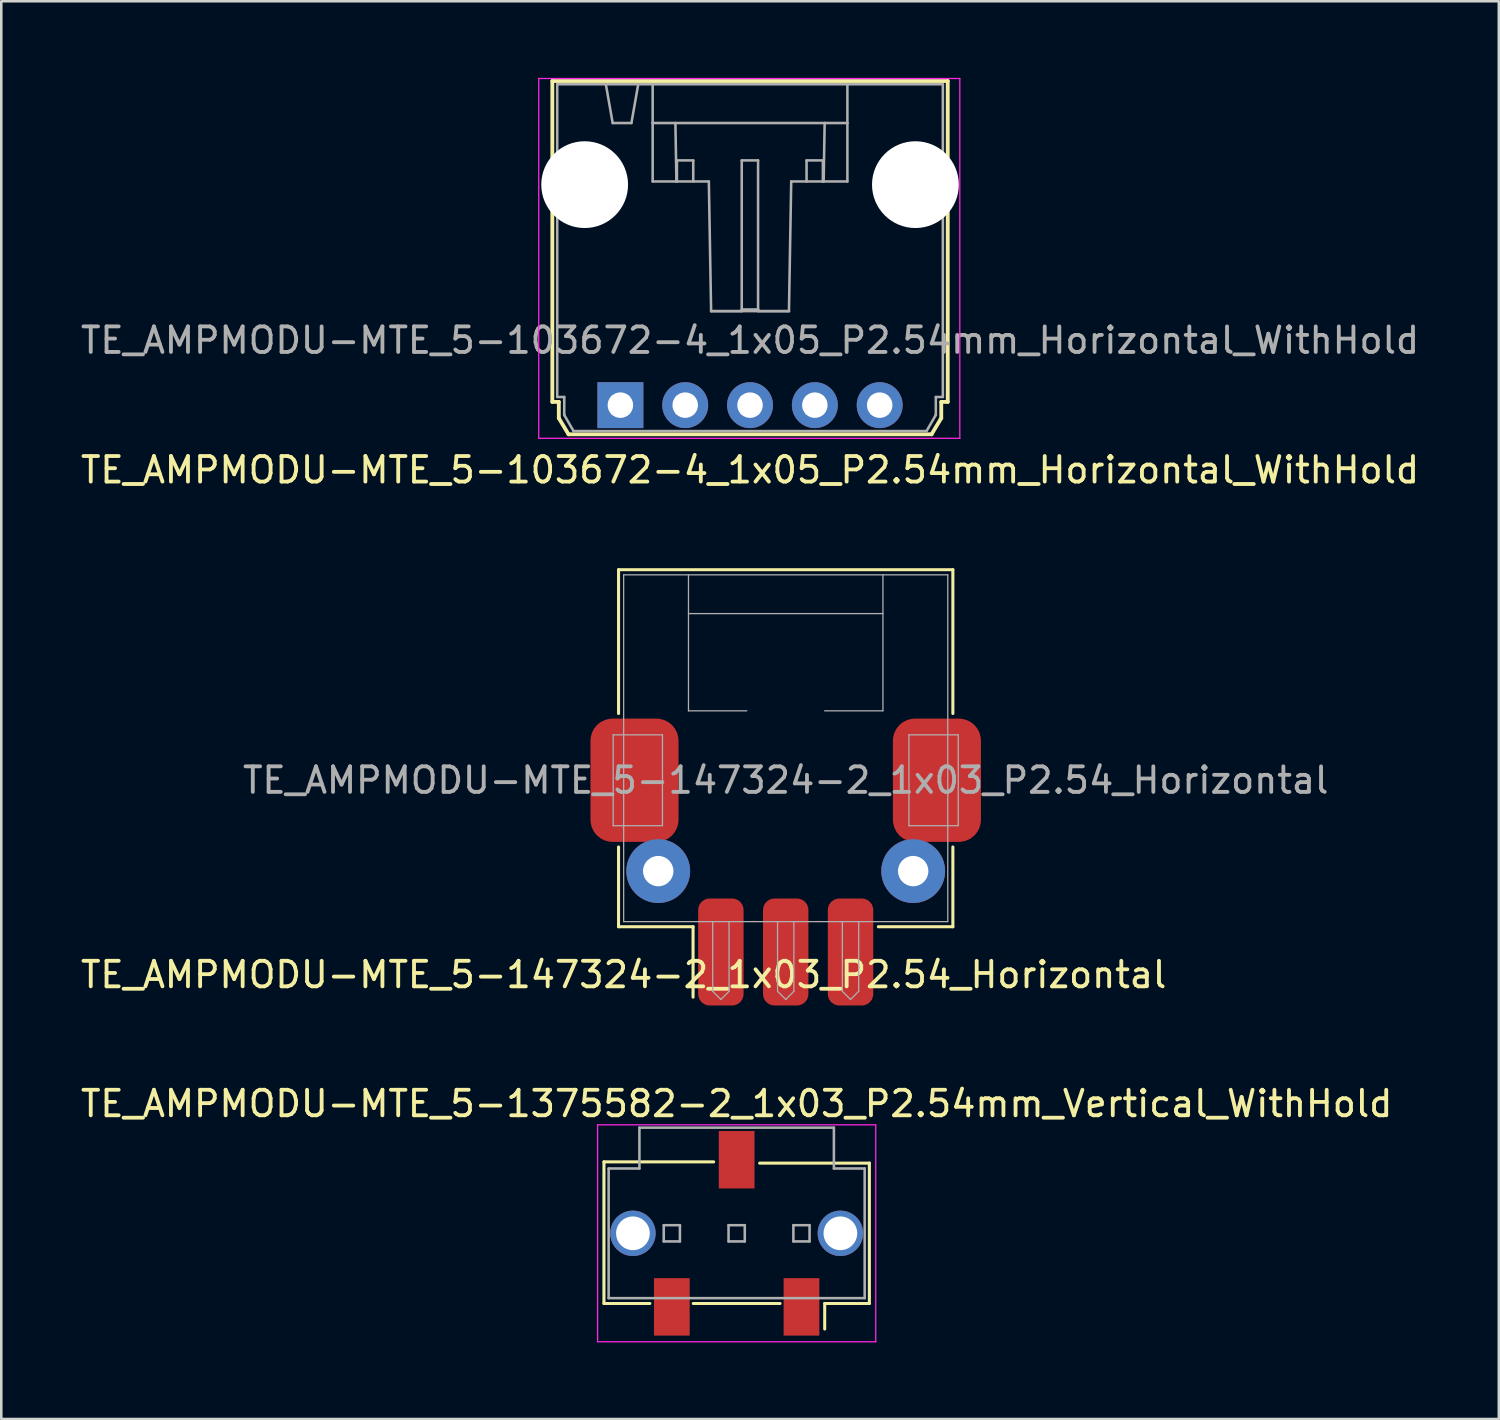
<source format=kicad_pcb>
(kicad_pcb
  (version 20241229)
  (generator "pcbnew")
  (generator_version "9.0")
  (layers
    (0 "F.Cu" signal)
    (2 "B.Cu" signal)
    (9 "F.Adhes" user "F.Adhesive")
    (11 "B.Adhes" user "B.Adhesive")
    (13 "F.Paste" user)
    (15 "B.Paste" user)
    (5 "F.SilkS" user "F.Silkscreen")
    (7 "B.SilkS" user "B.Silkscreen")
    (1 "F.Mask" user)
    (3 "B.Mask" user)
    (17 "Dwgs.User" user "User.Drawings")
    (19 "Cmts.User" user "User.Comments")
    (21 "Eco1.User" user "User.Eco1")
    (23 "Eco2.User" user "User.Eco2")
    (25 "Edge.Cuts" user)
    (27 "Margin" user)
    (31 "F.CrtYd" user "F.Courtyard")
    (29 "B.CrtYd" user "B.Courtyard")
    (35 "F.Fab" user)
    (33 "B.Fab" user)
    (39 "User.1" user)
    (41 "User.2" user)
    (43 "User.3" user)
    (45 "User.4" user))
  (footprint "TE_AMPMODU-MTE_5-1375582-2_1x03_P2.54mm_Vertical_WithHold"
    (layer "F.Cu")
    (at 25.815 45.276)
    (property "Reference" "TE_AMPMODU-MTE_5-1375582-2_1x03_P2.54mm_Vertical_WithHold" (at 0 -5.08 0) (layer "F.SilkS") (effects (font (size 1 1) (thickness 0.15))))
    (attr smd)
    (fp_line (start -5.2 -2.8) (end -5.2 2.75) (stroke (width 0.12) (type solid)) (layer "F.SilkS"))
    (fp_line (start -5.2 2.75) (end -3.4 2.75) (stroke (width 0.12) (type solid)) (layer "F.SilkS"))
    (fp_line (start -1.7 2.75) (end 1.7 2.75) (stroke (width 0.12) (type solid)) (layer "F.SilkS"))
    (fp_line (start -0.9 -2.8) (end -5.2 -2.8) (stroke (width 0.12) (type solid)) (layer "F.SilkS"))
    (fp_line (start 3.45 2.75) (end 3.45 3.75) (stroke (width 0.12) (type solid)) (layer "F.SilkS"))
    (fp_line (start 3.45 2.75) (end 5.2 2.75) (stroke (width 0.12) (type solid)) (layer "F.SilkS"))
    (fp_line (start 5.2 -2.75) (end 0.9 -2.75) (stroke (width 0.12) (type solid)) (layer "F.SilkS"))
    (fp_line (start 5.2 2.75) (end 5.2 -2.75) (stroke (width 0.12) (type solid)) (layer "F.SilkS"))
    (fp_line (start -5.45 -4.25) (end -5.45 4.25) (stroke (width 0.05) (type solid)) (layer "F.CrtYd"))
    (fp_line (start 5.45 -4.25) (end -5.45 -4.25) (stroke (width 0.05) (type solid)) (layer "F.CrtYd"))
    (fp_line (start 5.45 4.25) (end -5.45 4.25) (stroke (width 0.05) (type solid)) (layer "F.CrtYd"))
    (fp_line (start 5.45 4.25) (end 5.45 -4.25) (stroke (width 0.05) (type solid)) (layer "F.CrtYd"))
    (fp_line (start -5.016 -2.54) (end -3.81 -2.54) (stroke (width 0.1) (type solid)) (layer "F.Fab"))
    (fp_line (start -5.016 2.54) (end -5.016 -2.54) (stroke (width 0.1) (type solid)) (layer "F.Fab"))
    (fp_line (start -5.016 2.54) (end 5.016 2.54) (stroke (width 0.1) (type solid)) (layer "F.Fab"))
    (fp_line (start -3.81 -4.14) (end 3.81 -4.14) (stroke (width 0.1) (type solid)) (layer "F.Fab"))
    (fp_line (start -3.81 -2.54) (end -3.81 -4.14) (stroke (width 0.1) (type solid)) (layer "F.Fab"))
    (fp_line (start -2.857 -0.318) (end -2.223 -0.318) (stroke (width 0.1) (type solid)) (layer "F.Fab"))
    (fp_line (start -2.857 0.318) (end -2.857 -0.318) (stroke (width 0.1) (type solid)) (layer "F.Fab"))
    (fp_line (start -2.223 -0.318) (end -2.223 0.318) (stroke (width 0.1) (type solid)) (layer "F.Fab"))
    (fp_line (start -2.223 0.318) (end -2.857 0.318) (stroke (width 0.1) (type solid)) (layer "F.Fab"))
    (fp_line (start -0.318 -0.318) (end 0.318 -0.318) (stroke (width 0.1) (type solid)) (layer "F.Fab"))
    (fp_line (start -0.318 0.318) (end -0.318 -0.318) (stroke (width 0.1) (type solid)) (layer "F.Fab"))
    (fp_line (start 0.318 -0.318) (end 0.318 0.318) (stroke (width 0.1) (type solid)) (layer "F.Fab"))
    (fp_line (start 0.318 0.318) (end -0.318 0.318) (stroke (width 0.1) (type solid)) (layer "F.Fab"))
    (fp_line (start 2.223 -0.318) (end 2.857 -0.318) (stroke (width 0.1) (type solid)) (layer "F.Fab"))
    (fp_line (start 2.223 0.318) (end 2.223 -0.318) (stroke (width 0.1) (type solid)) (layer "F.Fab"))
    (fp_line (start 2.857 -0.318) (end 2.857 0.318) (stroke (width 0.1) (type solid)) (layer "F.Fab"))
    (fp_line (start 2.857 0.318) (end 2.223 0.318) (stroke (width 0.1) (type solid)) (layer "F.Fab"))
    (fp_line (start 3.81 -4.14) (end 3.81 -2.54) (stroke (width 0.1) (type solid)) (layer "F.Fab"))
    (fp_line (start 5.016 -2.54) (end 3.81 -2.54) (stroke (width 0.1) (type solid)) (layer "F.Fab"))
    (fp_line (start 5.016 -2.54) (end 5.016 2.54) (stroke (width 0.1) (type solid)) (layer "F.Fab"))
    (pad "1" smd rect (at 2.54 2.883) (size 1.4 2.25) (layers "F.Cu" "F.Mask" "F.Paste"))
    (pad "2" smd rect (at 0 -2.883) (size 1.4 2.25) (layers "F.Cu" "F.Mask" "F.Paste"))
    (pad "3" smd rect (at -2.54 2.883) (size 1.4 2.25) (layers "F.Cu" "F.Mask" "F.Paste"))
    (pad "4" thru_hole circle (at 4.064 0) (size 1.78 1.78) (drill 1.32) (layers "*.Cu" "*.Mask"))
    (pad "5" thru_hole circle (at -4.064 0) (size 1.78 1.78) (drill 1.32) (layers "*.Cu" "*.Mask")))
  (footprint "TE_AMPMODU-MTE_5-147324-2_1x03_P2.54_Horizontal"
    (layer "F.Cu")
    (at 27.737 27.523)
    (property "Reference" "TE_AMPMODU-MTE_5-147324-2_1x03_P2.54_Horizontal" (at -6.35 7.62 0) (layer "F.SilkS") (effects (font (size 1 1) (thickness 0.15))))
    (attr through_hole)
    (fp_line (start -6.55 -8.25) (end -6.55 -2.615) (stroke (width 0.12) (type solid)) (layer "F.SilkS"))
    (fp_line (start -6.55 -8.25) (end 6.55 -8.25) (stroke (width 0.12) (type solid)) (layer "F.SilkS"))
    (fp_line (start -6.55 2.615) (end -6.55 5.74) (stroke (width 0.12) (type solid)) (layer "F.SilkS"))
    (fp_line (start -6.55 5.74) (end -3.63 5.74) (stroke (width 0.12) (type solid)) (layer "F.SilkS"))
    (fp_line (start -3.63 5.74) (end -3.63 8.5) (stroke (width 0.12) (type solid)) (layer "F.SilkS"))
    (fp_line (start 3.63 5.74) (end 6.55 5.74) (stroke (width 0.12) (type solid)) (layer "F.SilkS"))
    (fp_line (start 6.55 -8.25) (end 6.55 -2.615) (stroke (width 0.12) (type solid)) (layer "F.SilkS"))
    (fp_line (start 6.55 2.615) (end 6.55 5.74) (stroke (width 0.12) (type solid)) (layer "F.SilkS"))
    (fp_line (start -6.76 -1.78) (end -6.76 1.78) (stroke (width 0.05) (type solid)) (layer "F.Fab"))
    (fp_line (start -6.76 -1.78) (end -4.83 -1.78) (stroke (width 0.05) (type solid)) (layer "F.Fab"))
    (fp_line (start -6.76 1.78) (end -4.83 1.78) (stroke (width 0.05) (type solid)) (layer "F.Fab"))
    (fp_line (start -6.35 -8.05) (end -6.35 5.54) (stroke (width 0.05) (type solid)) (layer "F.Fab"))
    (fp_line (start -6.35 -8.05) (end 6.35 -8.05) (stroke (width 0.05) (type solid)) (layer "F.Fab"))
    (fp_line (start -6.35 5.54) (end 6.35 5.54) (stroke (width 0.05) (type solid)) (layer "F.Fab"))
    (fp_line (start -4.83 -1.78) (end -4.83 1.78) (stroke (width 0.05) (type solid)) (layer "F.Fab"))
    (fp_line (start -3.81 -8.05) (end -3.81 -2.72) (stroke (width 0.05) (type solid)) (layer "F.Fab"))
    (fp_line (start -3.81 -6.53) (end 3.81 -6.53) (stroke (width 0.05) (type solid)) (layer "F.Fab"))
    (fp_line (start -3.81 -2.72) (end -1.525 -2.72) (stroke (width 0.05) (type solid)) (layer "F.Fab"))
    (fp_line (start -2.86 5.54) (end -2.86 8.27) (stroke (width 0.05) (type solid)) (layer "F.Fab"))
    (fp_line (start -2.86 8.27) (end -2.54 8.59) (stroke (width 0.05) (type solid)) (layer "F.Fab"))
    (fp_line (start -2.22 5.54) (end -2.22 8.27) (stroke (width 0.05) (type solid)) (layer "F.Fab"))
    (fp_line (start -2.22 8.27) (end -2.54 8.59) (stroke (width 0.05) (type solid)) (layer "F.Fab"))
    (fp_line (start -0.32 5.54) (end -0.32 8.27) (stroke (width 0.05) (type solid)) (layer "F.Fab"))
    (fp_line (start -0.32 8.27) (end 0 8.59) (stroke (width 0.05) (type solid)) (layer "F.Fab"))
    (fp_line (start 0.32 5.54) (end 0.32 8.27) (stroke (width 0.05) (type solid)) (layer "F.Fab"))
    (fp_line (start 0.32 8.27) (end 0 8.59) (stroke (width 0.05) (type solid)) (layer "F.Fab"))
    (fp_line (start 2.22 5.54) (end 2.22 8.27) (stroke (width 0.05) (type solid)) (layer "F.Fab"))
    (fp_line (start 2.22 8.27) (end 2.54 8.59) (stroke (width 0.05) (type solid)) (layer "F.Fab"))
    (fp_line (start 2.86 5.54) (end 2.86 8.27) (stroke (width 0.05) (type solid)) (layer "F.Fab"))
    (fp_line (start 2.86 8.27) (end 2.54 8.59) (stroke (width 0.05) (type solid)) (layer "F.Fab"))
    (fp_line (start 3.81 -8.05) (end 3.81 -2.72) (stroke (width 0.05) (type solid)) (layer "F.Fab"))
    (fp_line (start 3.81 -2.72) (end 1.525 -2.72) (stroke (width 0.05) (type solid)) (layer "F.Fab"))
    (fp_line (start 4.83 -1.78) (end 4.83 1.78) (stroke (width 0.05) (type solid)) (layer "F.Fab"))
    (fp_line (start 6.35 -8.05) (end 6.35 5.54) (stroke (width 0.05) (type solid)) (layer "F.Fab"))
    (fp_line (start 6.76 -1.78) (end 4.83 -1.78) (stroke (width 0.05) (type solid)) (layer "F.Fab"))
    (fp_line (start 6.76 -1.78) (end 6.76 1.78) (stroke (width 0.05) (type solid)) (layer "F.Fab"))
    (fp_line (start 6.76 1.78) (end 4.83 1.78) (stroke (width 0.05) (type solid)) (layer "F.Fab"))
    (fp_text user "${REFERENCE}" (at 0 0 0) (layer "F.Fab") (effects (font (size 1 1) (thickness 0.15))))
    (pad "1" smd roundrect (at -2.54 6.73) (size 1.78 4.19) (layers "F.Cu" "F.Mask" "F.Paste") (roundrect_rratio 0.25))
    (pad "2" smd roundrect (at 0 6.73) (size 1.78 4.19) (layers "F.Cu" "F.Mask" "F.Paste") (roundrect_rratio 0.25))
    (pad "3" smd roundrect (at 2.54 6.73) (size 1.78 4.19) (layers "F.Cu" "F.Mask" "F.Paste") (roundrect_rratio 0.25))
    (pad "4" smd roundrect (at -5.925 0) (size 3.45 4.83) (layers "F.Cu" "F.Mask" "F.Paste") (roundrect_rratio 0.25))
    (pad "4" thru_hole circle (at -4.995 3.56) (size 2.5 2.5) (drill 1.19) (layers "*.Cu" "*.Mask"))
    (pad "5" thru_hole circle (at 4.995 3.56) (size 2.5 2.5) (drill 1.19) (layers "*.Cu" "*.Mask"))
    (pad "5" smd roundrect (at 5.925 0) (size 3.45 4.83) (layers "F.Cu" "F.Mask" "F.Paste") (roundrect_rratio 0.25)))
  (footprint "TE_AMPMODU-MTE_5-103672-4_1x05_P2.54mm_Horizontal_WithHold"
    (layer "F.Cu")
    (at 21.259 12.825)
    (property "Reference" "TE_AMPMODU-MTE_5-103672-4_1x05_P2.54mm_Horizontal_WithHold" (at 5.08 2.54 180) (layer "F.SilkS") (effects (font (size 1 1) (thickness 0.15))))
    (attr through_hole)
    (fp_line (start -2.667 -12.7) (end 12.827 -12.7) (stroke (width 0.15) (type solid)) (layer "F.SilkS"))
    (fp_line (start -2.667 -0.127) (end -2.667 -12.7) (stroke (width 0.15) (type solid)) (layer "F.SilkS"))
    (fp_line (start -2.413 -0.127) (end -2.667 -0.127) (stroke (width 0.15) (type solid)) (layer "F.SilkS"))
    (fp_line (start -2.413 0.508) (end -2.413 -0.127) (stroke (width 0.15) (type solid)) (layer "F.SilkS"))
    (fp_line (start -2.032 1.143) (end -2.413 0.508) (stroke (width 0.15) (type solid)) (layer "F.SilkS"))
    (fp_line (start 12.192 1.143) (end -2.032 1.143) (stroke (width 0.15) (type solid)) (layer "F.SilkS"))
    (fp_line (start 12.573 -0.127) (end 12.573 0.508) (stroke (width 0.15) (type solid)) (layer "F.SilkS"))
    (fp_line (start 12.573 0.508) (end 12.192 1.143) (stroke (width 0.15) (type solid)) (layer "F.SilkS"))
    (fp_line (start 12.827 -12.7) (end 12.827 -0.127) (stroke (width 0.15) (type solid)) (layer "F.SilkS"))
    (fp_line (start 12.827 -0.127) (end 12.573 -0.127) (stroke (width 0.15) (type solid)) (layer "F.SilkS"))
    (fp_line (start -3.2 -12.8) (end 13.3 -12.8) (stroke (width 0.05) (type solid)) (layer "F.CrtYd"))
    (fp_line (start -3.2 1.3) (end -3.2 -12.8) (stroke (width 0.05) (type solid)) (layer "F.CrtYd"))
    (fp_line (start 13.3 -12.8) (end 13.3 1.3) (stroke (width 0.05) (type solid)) (layer "F.CrtYd"))
    (fp_line (start 13.3 1.3) (end -3.2 1.3) (stroke (width 0.05) (type solid)) (layer "F.CrtYd"))
    (fp_line (start -2.475 -12.574) (end -0.57 -12.574) (stroke (width 0.1) (type solid)) (layer "F.Fab"))
    (fp_line (start -2.475 -0.319) (end -2.475 -12.574) (stroke (width 0.1) (type solid)) (layer "F.Fab"))
    (fp_line (start -2.475 -0.319) (end -2.2 -0.319) (stroke (width 0.1) (type solid)) (layer "F.Fab"))
    (fp_line (start -2.2 0.381) (end -2.2 -0.319) (stroke (width 0.1) (type solid)) (layer "F.Fab"))
    (fp_line (start -1.836 1.016) (end -2.197 0.391) (stroke (width 0.1) (type solid)) (layer "F.Fab"))
    (fp_line (start -0.57 -12.574) (end -0.302 -11.054) (stroke (width 0.1) (type solid)) (layer "F.Fab"))
    (fp_line (start -0.325 -0.325) (end -0.325 0.325) (stroke (width 0.1) (type solid)) (layer "F.Fab"))
    (fp_line (start -0.325 0.325) (end 0.315 0.325) (stroke (width 0.1) (type solid)) (layer "F.Fab"))
    (fp_line (start -0.302 -11.054) (end 0.432 -11.054) (stroke (width 0.1) (type solid)) (layer "F.Fab"))
    (fp_line (start 0.315 -0.325) (end -0.325 -0.325) (stroke (width 0.1) (type solid)) (layer "F.Fab"))
    (fp_line (start 0.315 0.325) (end 0.315 -0.325) (stroke (width 0.1) (type solid)) (layer "F.Fab"))
    (fp_line (start 0.432 -11.054) (end 0.7 -12.574) (stroke (width 0.1) (type solid)) (layer "F.Fab"))
    (fp_line (start 0.7 -12.574) (end -0.57 -12.574) (stroke (width 0.1) (type solid)) (layer "F.Fab"))
    (fp_line (start 0.7 -12.574) (end 1.265 -12.574) (stroke (width 0.1) (type solid)) (layer "F.Fab"))
    (fp_line (start 1.265 -11.054) (end 1.265 -12.574) (stroke (width 0.1) (type solid)) (layer "F.Fab"))
    (fp_line (start 1.265 -8.764) (end 1.265 -11.054) (stroke (width 0.1) (type solid)) (layer "F.Fab"))
    (fp_line (start 2.156 -11.054) (end 1.265 -11.054) (stroke (width 0.1) (type solid)) (layer "F.Fab"))
    (fp_line (start 2.196 -8.764) (end 1.265 -8.764) (stroke (width 0.1) (type solid)) (layer "F.Fab"))
    (fp_line (start 2.196 -8.764) (end 2.156 -11.054) (stroke (width 0.1) (type solid)) (layer "F.Fab"))
    (fp_line (start 2.215 -8.764) (end 2.215 -9.589) (stroke (width 0.1) (type solid)) (layer "F.Fab"))
    (fp_line (start 2.215 -0.325) (end 2.215 0.325) (stroke (width 0.1) (type solid)) (layer "F.Fab"))
    (fp_line (start 2.215 0.325) (end 2.855 0.325) (stroke (width 0.1) (type solid)) (layer "F.Fab"))
    (fp_line (start 2.855 -9.589) (end 2.215 -9.589) (stroke (width 0.1) (type solid)) (layer "F.Fab"))
    (fp_line (start 2.855 -8.764) (end 2.855 -9.589) (stroke (width 0.1) (type solid)) (layer "F.Fab"))
    (fp_line (start 2.855 -0.325) (end 2.215 -0.325) (stroke (width 0.1) (type solid)) (layer "F.Fab"))
    (fp_line (start 2.855 0.325) (end 2.855 -0.325) (stroke (width 0.1) (type solid)) (layer "F.Fab"))
    (fp_line (start 3.466 -8.764) (end 2.196 -8.764) (stroke (width 0.1) (type solid)) (layer "F.Fab"))
    (fp_line (start 3.466 -8.764) (end 3.555 -3.684) (stroke (width 0.1) (type solid)) (layer "F.Fab"))
    (fp_line (start 3.555 -3.684) (end 4.755 -3.684) (stroke (width 0.1) (type solid)) (layer "F.Fab"))
    (fp_line (start 3.555 -3.684) (end 6.605 -3.684) (stroke (width 0.1) (type solid)) (layer "F.Fab"))
    (fp_line (start 4.755 -3.748) (end 4.755 -9.589) (stroke (width 0.1) (type solid)) (layer "F.Fab"))
    (fp_line (start 4.755 -3.684) (end 4.755 -3.748) (stroke (width 0.1) (type solid)) (layer "F.Fab"))
    (fp_line (start 4.755 -0.325) (end 4.755 0.325) (stroke (width 0.1) (type solid)) (layer "F.Fab"))
    (fp_line (start 4.755 0.325) (end 5.395 0.325) (stroke (width 0.1) (type solid)) (layer "F.Fab"))
    (fp_line (start 5.395 -9.589) (end 4.755 -9.589) (stroke (width 0.1) (type solid)) (layer "F.Fab"))
    (fp_line (start 5.395 -3.748) (end 4.755 -3.748) (stroke (width 0.1) (type solid)) (layer "F.Fab"))
    (fp_line (start 5.395 -3.748) (end 5.395 -9.589) (stroke (width 0.1) (type solid)) (layer "F.Fab"))
    (fp_line (start 5.395 -3.684) (end 5.395 -3.748) (stroke (width 0.1) (type solid)) (layer "F.Fab"))
    (fp_line (start 5.395 -3.684) (end 6.605 -3.684) (stroke (width 0.1) (type solid)) (layer "F.Fab"))
    (fp_line (start 5.395 -0.325) (end 4.755 -0.325) (stroke (width 0.1) (type solid)) (layer "F.Fab"))
    (fp_line (start 5.395 0.325) (end 5.395 -0.325) (stroke (width 0.1) (type solid)) (layer "F.Fab"))
    (fp_line (start 6.694 -8.764) (end 6.605 -3.684) (stroke (width 0.1) (type solid)) (layer "F.Fab"))
    (fp_line (start 7.295 -8.764) (end 7.295 -9.589) (stroke (width 0.1) (type solid)) (layer "F.Fab"))
    (fp_line (start 7.295 -0.325) (end 7.295 0.325) (stroke (width 0.1) (type solid)) (layer "F.Fab"))
    (fp_line (start 7.295 0.325) (end 7.935 0.325) (stroke (width 0.1) (type solid)) (layer "F.Fab"))
    (fp_line (start 7.935 -9.589) (end 7.295 -9.589) (stroke (width 0.1) (type solid)) (layer "F.Fab"))
    (fp_line (start 7.935 -8.764) (end 7.935 -9.589) (stroke (width 0.1) (type solid)) (layer "F.Fab"))
    (fp_line (start 7.935 -0.325) (end 7.295 -0.325) (stroke (width 0.1) (type solid)) (layer "F.Fab"))
    (fp_line (start 7.935 0.325) (end 7.935 -0.325) (stroke (width 0.1) (type solid)) (layer "F.Fab"))
    (fp_line (start 7.964 -8.764) (end 6.694 -8.764) (stroke (width 0.1) (type solid)) (layer "F.Fab"))
    (fp_line (start 7.964 -8.764) (end 8.004 -11.054) (stroke (width 0.1) (type solid)) (layer "F.Fab"))
    (fp_line (start 8.004 -11.054) (end 2.156 -11.054) (stroke (width 0.1) (type solid)) (layer "F.Fab"))
    (fp_line (start 8.895 -12.574) (end 1.265 -12.574) (stroke (width 0.1) (type solid)) (layer "F.Fab"))
    (fp_line (start 8.895 -11.054) (end 8.004 -11.054) (stroke (width 0.1) (type solid)) (layer "F.Fab"))
    (fp_line (start 8.895 -11.054) (end 8.895 -12.574) (stroke (width 0.1) (type solid)) (layer "F.Fab"))
    (fp_line (start 8.895 -8.764) (end 7.964 -8.764) (stroke (width 0.1) (type solid)) (layer "F.Fab"))
    (fp_line (start 8.895 -8.764) (end 8.895 -11.054) (stroke (width 0.1) (type solid)) (layer "F.Fab"))
    (fp_line (start 9.835 -0.325) (end 9.835 0.325) (stroke (width 0.1) (type solid)) (layer "F.Fab"))
    (fp_line (start 9.835 0.325) (end 10.475 0.325) (stroke (width 0.1) (type solid)) (layer "F.Fab"))
    (fp_line (start 10.475 -0.325) (end 9.835 -0.325) (stroke (width 0.1) (type solid)) (layer "F.Fab"))
    (fp_line (start 10.475 0.325) (end 10.475 -0.325) (stroke (width 0.1) (type solid)) (layer "F.Fab"))
    (fp_line (start 11.996 1.016) (end -1.836 1.016) (stroke (width 0.1) (type solid)) (layer "F.Fab"))
    (fp_line (start 12.357 0.391) (end 11.996 1.016) (stroke (width 0.1) (type solid)) (layer "F.Fab"))
    (fp_line (start 12.36 -0.319) (end 12.36 0.381) (stroke (width 0.1) (type solid)) (layer "F.Fab"))
    (fp_line (start 12.635 -12.574) (end 8.895 -12.574) (stroke (width 0.1) (type solid)) (layer "F.Fab"))
    (fp_line (start 12.635 -12.574) (end 12.635 -0.319) (stroke (width 0.1) (type solid)) (layer "F.Fab"))
    (fp_line (start 12.635 -0.319) (end 12.36 -0.319) (stroke (width 0.1) (type solid)) (layer "F.Fab"))
    (fp_arc (start -2.197321 0.391) (mid -2.199319 0.386176) (end -2.2 0.381) (stroke (width 0.1) (type solid)) (layer "F.Fab"))
    (fp_arc (start 12.36 0.381) (mid 12.359319 0.386176) (end 12.357321 0.391) (stroke (width 0.1) (type solid)) (layer "F.Fab"))
    (fp_text user "${REFERENCE}" (at 5.08 -2.54 0) (layer "F.Fab") (effects (font (size 1 1) (thickness 0.15))))
    (pad "" np_thru_hole circle (at -1.4 -8.64) (size 3.4 3.4) (drill 3.4) (layers "*.Cu" "*.Mask"))
    (pad "" np_thru_hole circle (at 11.56 -8.64) (size 3.4 3.4) (drill 3.4) (layers "*.Cu" "*.Mask"))
    (pad "1" thru_hole rect (at 0 0) (size 1.8 1.8) (drill 1) (layers "*.Cu" "*.Mask"))
    (pad "2" thru_hole circle (at 2.54 0) (size 1.8 1.8) (drill 1) (layers "*.Cu" "*.Mask"))
    (pad "3" thru_hole circle (at 5.08 0) (size 1.8 1.8) (drill 1) (layers "*.Cu" "*.Mask"))
    (pad "4" thru_hole circle (at 7.62 0) (size 1.8 1.8) (drill 1) (layers "*.Cu" "*.Mask"))
    (pad "5" thru_hole circle (at 10.16 0) (size 1.8 1.8) (drill 1) (layers "*.Cu" "*.Mask")))
  (gr_rect
    (start -3 -3)
    (end 55.679 52.551)
    (stroke (width 0.1) (type default))
    (fill no)
    (layer "Edge.Cuts")))
</source>
